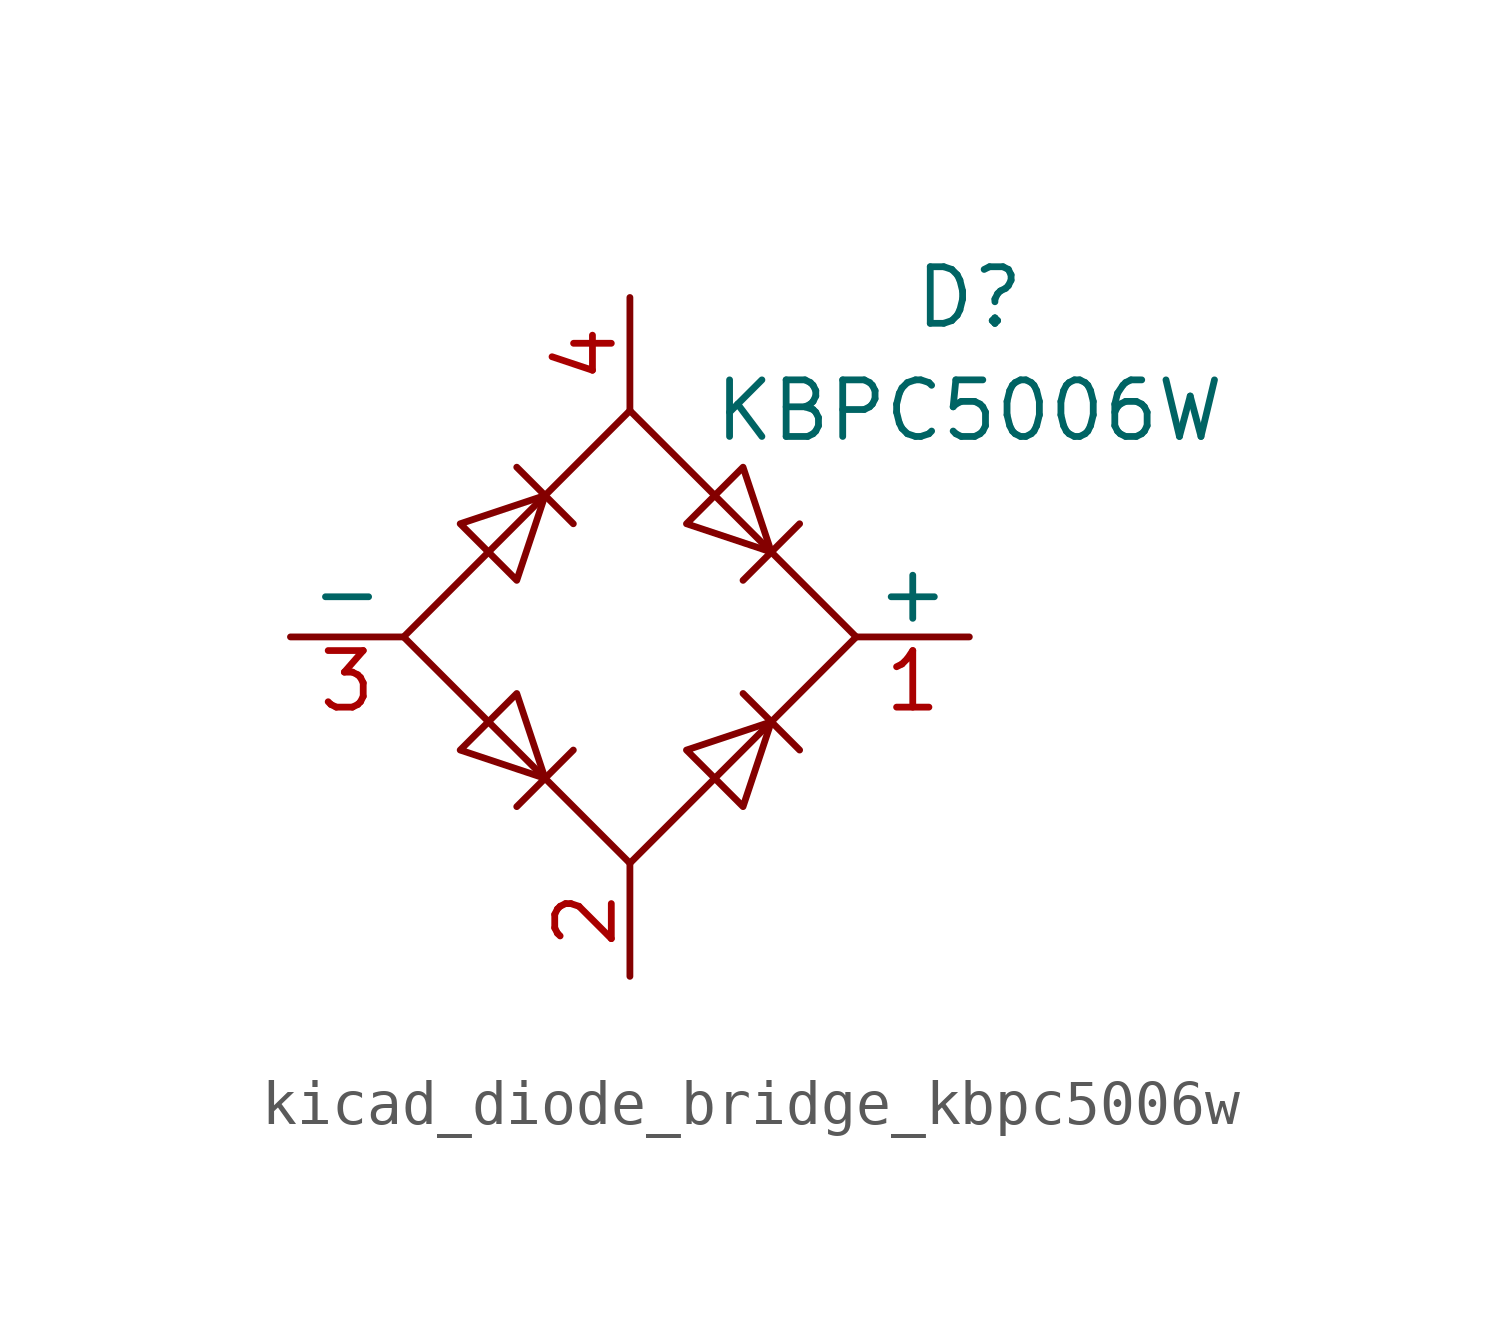
<source format=kicad_sym>
(kicad_symbol_lib
  (version 20220914)
  (generator kicad_symbol_editor)
  (symbol "kicad_diode_bridge_kbpc5006w"
    (pin_names
      (offset 0))
    (property "Reference" "D"
      (at 7.62 7.62 0)
      (effects (font (size 1.27 1.27))))
    (property "Value" "KBPC5006W"
      (at 7.62 5.08 0)
      (effects (font (size 1.27 1.27))))
    (symbol "kicad_diode_bridge_kbpc5006w_0_1"
      (polyline (pts (xy -2.54 3.81) (xy -1.27 2.54)) (stroke (width 0) (type default)) (fill (type none)))
      (polyline (pts (xy -1.27 -2.54) (xy -2.54 -3.81)) (stroke (width 0) (type default)) (fill (type none)))
      (polyline (pts (xy 2.54 -1.27) (xy 3.81 -2.54)) (stroke (width 0) (type default)) (fill (type none)))
      (polyline (pts (xy 2.54 1.27) (xy 3.81 2.54)) (stroke (width 0) (type default)) (fill (type none)))
      (polyline (pts (xy -3.81 2.54) (xy -2.54 1.27) (xy -1.905 3.175) (xy -3.81 2.54)) (stroke (width 0) (type default)) (fill (type none)))
      (polyline (pts (xy -2.54 -1.27) (xy -3.81 -2.54) (xy -1.905 -3.175) (xy -2.54 -1.27)) (stroke (width 0) (type default)) (fill (type none)))
      (polyline (pts (xy 1.27 2.54) (xy 2.54 3.81) (xy 3.175 1.905) (xy 1.27 2.54)) (stroke (width 0) (type default)) (fill (type none)))
      (polyline (pts (xy 3.175 -1.905) (xy 1.27 -2.54) (xy 2.54 -3.81) (xy 3.175 -1.905)) (stroke (width 0) (type default)) (fill (type none)))
      (polyline (pts (xy -5.08 0) (xy 0 -5.08) (xy 5.08 0) (xy 0 5.08) (xy -5.08 0)) (stroke (width 0) (type default)) (fill (type none))))
    (symbol "kicad_diode_bridge_kbpc5006w_1_1"
      (pin passive line (at 7.62 0 180) (length 2.54) (name "+" (effects (font (size 1.27 1.27)))) (number "1" (effects (font (size 1.27 1.27)))))
      (pin passive line (at 0 -7.62 90) (length 2.54) (name "~" (effects (font (size 1.27 1.27)))) (number "2" (effects (font (size 1.27 1.27)))))
      (pin passive line (at -7.62 0 0) (length 2.54) (name "-" (effects (font (size 1.27 1.27)))) (number "3" (effects (font (size 1.27 1.27)))))
      (pin passive line (at 0 7.62 270) (length 2.54) (name "~" (effects (font (size 1.27 1.27)))) (number "4" (effects (font (size 1.27 1.27))))))))
</source>
